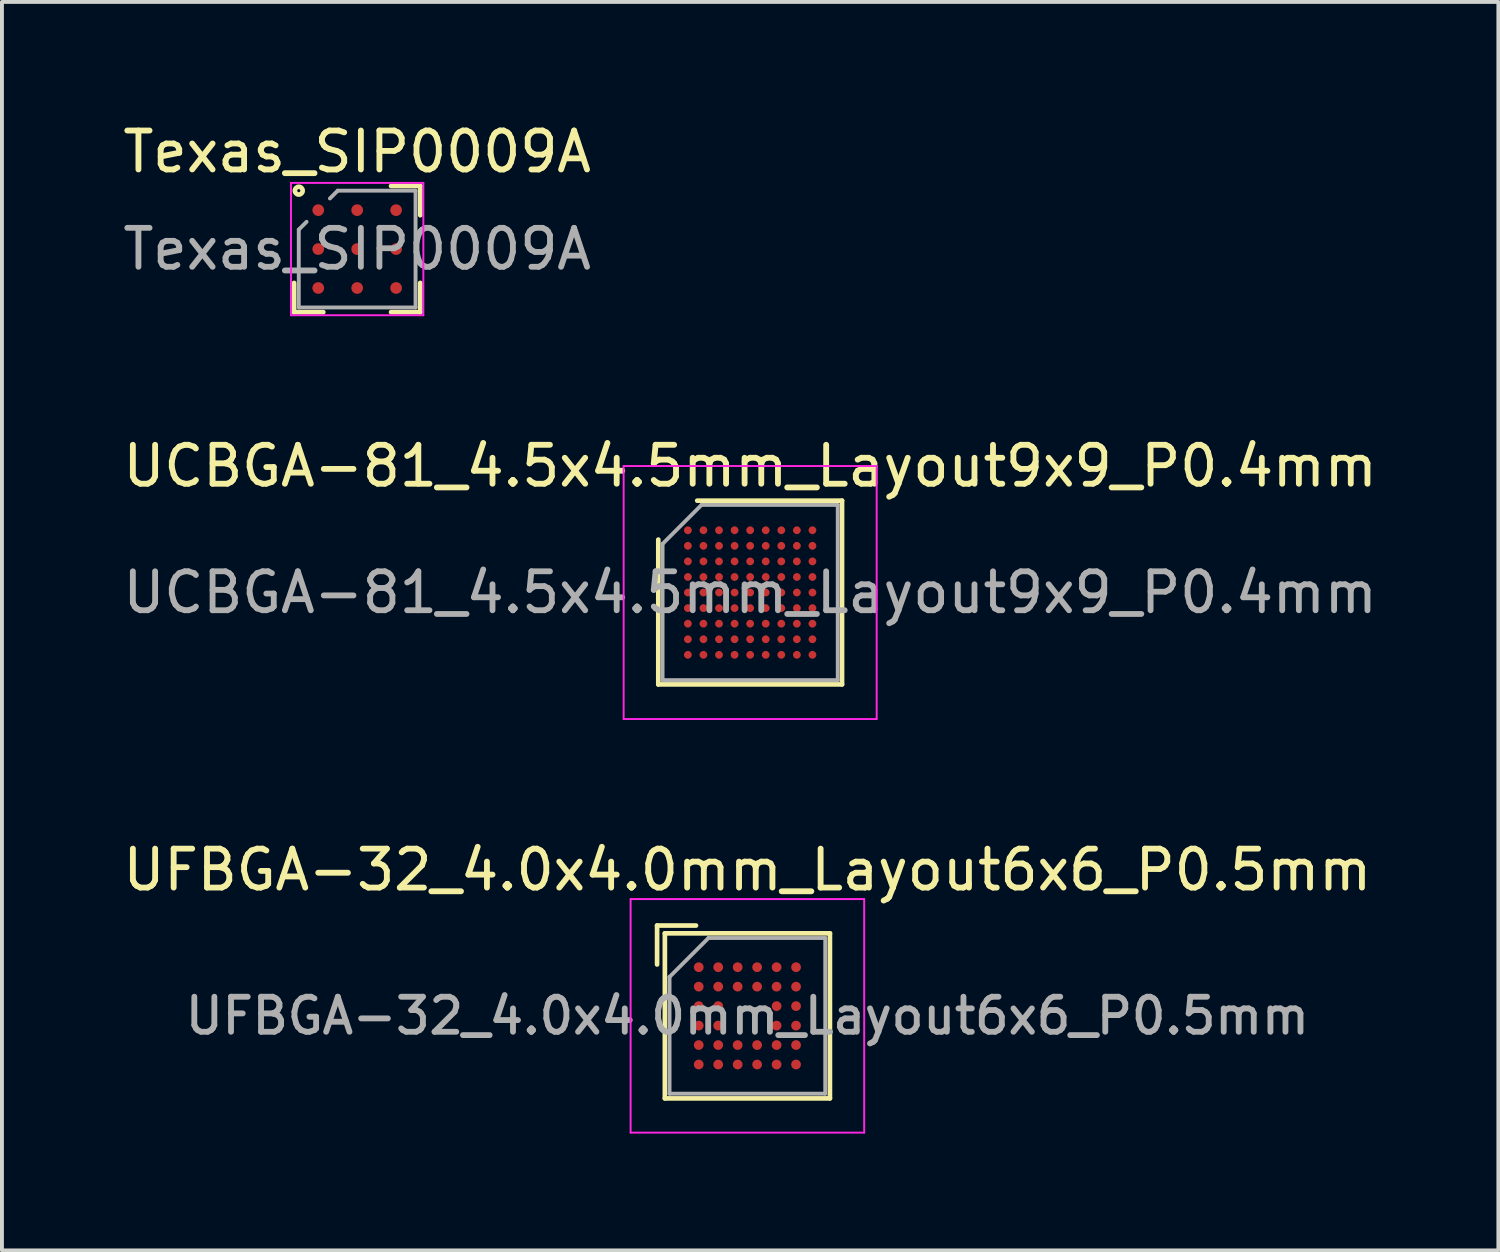
<source format=kicad_pcb>
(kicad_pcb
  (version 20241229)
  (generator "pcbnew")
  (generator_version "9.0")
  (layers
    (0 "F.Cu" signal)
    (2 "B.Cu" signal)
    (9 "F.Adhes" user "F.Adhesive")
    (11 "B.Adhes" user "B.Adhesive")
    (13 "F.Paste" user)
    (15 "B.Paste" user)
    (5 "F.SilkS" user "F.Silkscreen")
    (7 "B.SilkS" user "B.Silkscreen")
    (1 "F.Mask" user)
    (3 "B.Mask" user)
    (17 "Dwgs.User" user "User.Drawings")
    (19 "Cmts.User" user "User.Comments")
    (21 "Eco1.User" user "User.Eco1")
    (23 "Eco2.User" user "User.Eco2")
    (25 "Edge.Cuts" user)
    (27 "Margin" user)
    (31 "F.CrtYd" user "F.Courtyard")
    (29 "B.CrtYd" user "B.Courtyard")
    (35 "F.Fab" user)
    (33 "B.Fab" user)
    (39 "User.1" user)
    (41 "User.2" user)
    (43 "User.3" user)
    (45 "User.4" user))
  (footprint "UCBGA-81_4.5x4.5mm_Layout9x9_P0.4mm"
    (layer "F.Cu")
    (at 16.22 12.171)
    (property "Reference" "UCBGA-81_4.5x4.5mm_Layout9x9_P0.4mm" (at 0 -3.25 0) (layer "F.SilkS") (effects (font (size 1 1) (thickness 0.15))))
    (attr smd)
    (fp_line (start -2.36 2.36) (end -2.36 -1.36) (stroke (width 0.12) (type solid)) (layer "F.SilkS"))
    (fp_line (start -1.36 -2.36) (end 2.36 -2.36) (stroke (width 0.12) (type solid)) (layer "F.SilkS"))
    (fp_line (start 2.36 -2.36) (end 2.36 2.36) (stroke (width 0.12) (type solid)) (layer "F.SilkS"))
    (fp_line (start 2.36 2.36) (end -2.36 2.36) (stroke (width 0.12) (type solid)) (layer "F.SilkS"))
    (fp_line (start -3.25 -3.25) (end -3.25 3.25) (stroke (width 0.05) (type solid)) (layer "F.CrtYd"))
    (fp_line (start -3.25 3.25) (end 3.25 3.25) (stroke (width 0.05) (type solid)) (layer "F.CrtYd"))
    (fp_line (start 3.25 -3.25) (end -3.25 -3.25) (stroke (width 0.05) (type solid)) (layer "F.CrtYd"))
    (fp_line (start 3.25 3.25) (end 3.25 -3.25) (stroke (width 0.05) (type solid)) (layer "F.CrtYd"))
    (fp_line (start -2.25 -1.25) (end -1.25 -2.25) (stroke (width 0.1) (type solid)) (layer "F.Fab"))
    (fp_line (start -2.25 2.25) (end -2.25 -1.25) (stroke (width 0.1) (type solid)) (layer "F.Fab"))
    (fp_line (start -1.25 -2.25) (end 2.25 -2.25) (stroke (width 0.1) (type solid)) (layer "F.Fab"))
    (fp_line (start 2.25 -2.25) (end 2.25 2.25) (stroke (width 0.1) (type solid)) (layer "F.Fab"))
    (fp_line (start 2.25 2.25) (end -2.25 2.25) (stroke (width 0.1) (type solid)) (layer "F.Fab"))
    (fp_text user "${REFERENCE}" (at 0 0 0) (layer "F.Fab") (effects (font (size 1 1) (thickness 0.15))))
    (pad "A1" smd circle (at -1.6 -1.6) (size 0.2 0.2) (layers "F.Cu" "F.Mask" "F.Paste"))
    (pad "A2" smd circle (at -1.2 -1.6) (size 0.2 0.2) (layers "F.Cu" "F.Mask" "F.Paste"))
    (pad "A3" smd circle (at -0.8 -1.6) (size 0.2 0.2) (layers "F.Cu" "F.Mask" "F.Paste"))
    (pad "A4" smd circle (at -0.4 -1.6) (size 0.2 0.2) (layers "F.Cu" "F.Mask" "F.Paste"))
    (pad "A5" smd circle (at 0 -1.6) (size 0.2 0.2) (layers "F.Cu" "F.Mask" "F.Paste"))
    (pad "A6" smd circle (at 0.4 -1.6) (size 0.2 0.2) (layers "F.Cu" "F.Mask" "F.Paste"))
    (pad "A7" smd circle (at 0.8 -1.6) (size 0.2 0.2) (layers "F.Cu" "F.Mask" "F.Paste"))
    (pad "A8" smd circle (at 1.2 -1.6) (size 0.2 0.2) (layers "F.Cu" "F.Mask" "F.Paste"))
    (pad "A9" smd circle (at 1.6 -1.6) (size 0.2 0.2) (layers "F.Cu" "F.Mask" "F.Paste"))
    (pad "B1" smd circle (at -1.6 -1.2) (size 0.2 0.2) (layers "F.Cu" "F.Mask" "F.Paste"))
    (pad "B2" smd circle (at -1.2 -1.2) (size 0.2 0.2) (layers "F.Cu" "F.Mask" "F.Paste"))
    (pad "B3" smd circle (at -0.8 -1.2) (size 0.2 0.2) (layers "F.Cu" "F.Mask" "F.Paste"))
    (pad "B4" smd circle (at -0.4 -1.2) (size 0.2 0.2) (layers "F.Cu" "F.Mask" "F.Paste"))
    (pad "B5" smd circle (at 0 -1.2) (size 0.2 0.2) (layers "F.Cu" "F.Mask" "F.Paste"))
    (pad "B6" smd circle (at 0.4 -1.2) (size 0.2 0.2) (layers "F.Cu" "F.Mask" "F.Paste"))
    (pad "B7" smd circle (at 0.8 -1.2) (size 0.2 0.2) (layers "F.Cu" "F.Mask" "F.Paste"))
    (pad "B8" smd circle (at 1.2 -1.2) (size 0.2 0.2) (layers "F.Cu" "F.Mask" "F.Paste"))
    (pad "B9" smd circle (at 1.6 -1.2) (size 0.2 0.2) (layers "F.Cu" "F.Mask" "F.Paste"))
    (pad "C1" smd circle (at -1.6 -0.8) (size 0.2 0.2) (layers "F.Cu" "F.Mask" "F.Paste"))
    (pad "C2" smd circle (at -1.2 -0.8) (size 0.2 0.2) (layers "F.Cu" "F.Mask" "F.Paste"))
    (pad "C3" smd circle (at -0.8 -0.8) (size 0.2 0.2) (layers "F.Cu" "F.Mask" "F.Paste"))
    (pad "C4" smd circle (at -0.4 -0.8) (size 0.2 0.2) (layers "F.Cu" "F.Mask" "F.Paste"))
    (pad "C5" smd circle (at 0 -0.8) (size 0.2 0.2) (layers "F.Cu" "F.Mask" "F.Paste"))
    (pad "C6" smd circle (at 0.4 -0.8) (size 0.2 0.2) (layers "F.Cu" "F.Mask" "F.Paste"))
    (pad "C7" smd circle (at 0.8 -0.8) (size 0.2 0.2) (layers "F.Cu" "F.Mask" "F.Paste"))
    (pad "C8" smd circle (at 1.2 -0.8) (size 0.2 0.2) (layers "F.Cu" "F.Mask" "F.Paste"))
    (pad "C9" smd circle (at 1.6 -0.8) (size 0.2 0.2) (layers "F.Cu" "F.Mask" "F.Paste"))
    (pad "D1" smd circle (at -1.6 -0.4) (size 0.2 0.2) (layers "F.Cu" "F.Mask" "F.Paste"))
    (pad "D2" smd circle (at -1.2 -0.4) (size 0.2 0.2) (layers "F.Cu" "F.Mask" "F.Paste"))
    (pad "D3" smd circle (at -0.8 -0.4) (size 0.2 0.2) (layers "F.Cu" "F.Mask" "F.Paste"))
    (pad "D4" smd circle (at -0.4 -0.4) (size 0.2 0.2) (layers "F.Cu" "F.Mask" "F.Paste"))
    (pad "D5" smd circle (at 0 -0.4) (size 0.2 0.2) (layers "F.Cu" "F.Mask" "F.Paste"))
    (pad "D6" smd circle (at 0.4 -0.4) (size 0.2 0.2) (layers "F.Cu" "F.Mask" "F.Paste"))
    (pad "D7" smd circle (at 0.8 -0.4) (size 0.2 0.2) (layers "F.Cu" "F.Mask" "F.Paste"))
    (pad "D8" smd circle (at 1.2 -0.4) (size 0.2 0.2) (layers "F.Cu" "F.Mask" "F.Paste"))
    (pad "D9" smd circle (at 1.6 -0.4) (size 0.2 0.2) (layers "F.Cu" "F.Mask" "F.Paste"))
    (pad "E1" smd circle (at -1.6 0) (size 0.2 0.2) (layers "F.Cu" "F.Mask" "F.Paste"))
    (pad "E2" smd circle (at -1.2 0) (size 0.2 0.2) (layers "F.Cu" "F.Mask" "F.Paste"))
    (pad "E3" smd circle (at -0.8 0) (size 0.2 0.2) (layers "F.Cu" "F.Mask" "F.Paste"))
    (pad "E4" smd circle (at -0.4 0) (size 0.2 0.2) (layers "F.Cu" "F.Mask" "F.Paste"))
    (pad "E5" smd circle (at 0 0) (size 0.2 0.2) (layers "F.Cu" "F.Mask" "F.Paste"))
    (pad "E6" smd circle (at 0.4 0) (size 0.2 0.2) (layers "F.Cu" "F.Mask" "F.Paste"))
    (pad "E7" smd circle (at 0.8 0) (size 0.2 0.2) (layers "F.Cu" "F.Mask" "F.Paste"))
    (pad "E8" smd circle (at 1.2 0) (size 0.2 0.2) (layers "F.Cu" "F.Mask" "F.Paste"))
    (pad "E9" smd circle (at 1.6 0) (size 0.2 0.2) (layers "F.Cu" "F.Mask" "F.Paste"))
    (pad "F1" smd circle (at -1.6 0.4) (size 0.2 0.2) (layers "F.Cu" "F.Mask" "F.Paste"))
    (pad "F2" smd circle (at -1.2 0.4) (size 0.2 0.2) (layers "F.Cu" "F.Mask" "F.Paste"))
    (pad "F3" smd circle (at -0.8 0.4) (size 0.2 0.2) (layers "F.Cu" "F.Mask" "F.Paste"))
    (pad "F4" smd circle (at -0.4 0.4) (size 0.2 0.2) (layers "F.Cu" "F.Mask" "F.Paste"))
    (pad "F5" smd circle (at 0 0.4) (size 0.2 0.2) (layers "F.Cu" "F.Mask" "F.Paste"))
    (pad "F6" smd circle (at 0.4 0.4) (size 0.2 0.2) (layers "F.Cu" "F.Mask" "F.Paste"))
    (pad "F7" smd circle (at 0.8 0.4) (size 0.2 0.2) (layers "F.Cu" "F.Mask" "F.Paste"))
    (pad "F8" smd circle (at 1.2 0.4) (size 0.2 0.2) (layers "F.Cu" "F.Mask" "F.Paste"))
    (pad "F9" smd circle (at 1.6 0.4) (size 0.2 0.2) (layers "F.Cu" "F.Mask" "F.Paste"))
    (pad "G1" smd circle (at -1.6 0.8) (size 0.2 0.2) (layers "F.Cu" "F.Mask" "F.Paste"))
    (pad "G2" smd circle (at -1.2 0.8) (size 0.2 0.2) (layers "F.Cu" "F.Mask" "F.Paste"))
    (pad "G3" smd circle (at -0.8 0.8) (size 0.2 0.2) (layers "F.Cu" "F.Mask" "F.Paste"))
    (pad "G4" smd circle (at -0.4 0.8) (size 0.2 0.2) (layers "F.Cu" "F.Mask" "F.Paste"))
    (pad "G5" smd circle (at 0 0.8) (size 0.2 0.2) (layers "F.Cu" "F.Mask" "F.Paste"))
    (pad "G6" smd circle (at 0.4 0.8) (size 0.2 0.2) (layers "F.Cu" "F.Mask" "F.Paste"))
    (pad "G7" smd circle (at 0.8 0.8) (size 0.2 0.2) (layers "F.Cu" "F.Mask" "F.Paste"))
    (pad "G8" smd circle (at 1.2 0.8) (size 0.2 0.2) (layers "F.Cu" "F.Mask" "F.Paste"))
    (pad "G9" smd circle (at 1.6 0.8) (size 0.2 0.2) (layers "F.Cu" "F.Mask" "F.Paste"))
    (pad "H1" smd circle (at -1.6 1.2) (size 0.2 0.2) (layers "F.Cu" "F.Mask" "F.Paste"))
    (pad "H2" smd circle (at -1.2 1.2) (size 0.2 0.2) (layers "F.Cu" "F.Mask" "F.Paste"))
    (pad "H3" smd circle (at -0.8 1.2) (size 0.2 0.2) (layers "F.Cu" "F.Mask" "F.Paste"))
    (pad "H4" smd circle (at -0.4 1.2) (size 0.2 0.2) (layers "F.Cu" "F.Mask" "F.Paste"))
    (pad "H5" smd circle (at 0 1.2) (size 0.2 0.2) (layers "F.Cu" "F.Mask" "F.Paste"))
    (pad "H6" smd circle (at 0.4 1.2) (size 0.2 0.2) (layers "F.Cu" "F.Mask" "F.Paste"))
    (pad "H7" smd circle (at 0.8 1.2) (size 0.2 0.2) (layers "F.Cu" "F.Mask" "F.Paste"))
    (pad "H8" smd circle (at 1.2 1.2) (size 0.2 0.2) (layers "F.Cu" "F.Mask" "F.Paste"))
    (pad "H9" smd circle (at 1.6 1.2) (size 0.2 0.2) (layers "F.Cu" "F.Mask" "F.Paste"))
    (pad "J1" smd circle (at -1.6 1.6) (size 0.2 0.2) (layers "F.Cu" "F.Mask" "F.Paste"))
    (pad "J2" smd circle (at -1.2 1.6) (size 0.2 0.2) (layers "F.Cu" "F.Mask" "F.Paste"))
    (pad "J3" smd circle (at -0.8 1.6) (size 0.2 0.2) (layers "F.Cu" "F.Mask" "F.Paste"))
    (pad "J4" smd circle (at -0.4 1.6) (size 0.2 0.2) (layers "F.Cu" "F.Mask" "F.Paste"))
    (pad "J5" smd circle (at 0 1.6) (size 0.2 0.2) (layers "F.Cu" "F.Mask" "F.Paste"))
    (pad "J6" smd circle (at 0.4 1.6) (size 0.2 0.2) (layers "F.Cu" "F.Mask" "F.Paste"))
    (pad "J7" smd circle (at 0.8 1.6) (size 0.2 0.2) (layers "F.Cu" "F.Mask" "F.Paste"))
    (pad "J8" smd circle (at 1.2 1.6) (size 0.2 0.2) (layers "F.Cu" "F.Mask" "F.Paste"))
    (pad "J9" smd circle (at 1.6 1.6) (size 0.2 0.2) (layers "F.Cu" "F.Mask" "F.Paste")))
  (footprint "UFBGA-32_4.0x4.0mm_Layout6x6_P0.5mm"
    (layer "F.Cu")
    (at 16.149 23.045)
    (property "Reference" "UFBGA-32_4.0x4.0mm_Layout6x6_P0.5mm" (at 0 -3.75 0) (layer "F.SilkS") (effects (font (size 1 1) (thickness 0.15))))
    (attr smd)
    (fp_line (start -2.32 -2.32) (end -1.32 -2.32) (stroke (width 0.12) (type solid)) (layer "F.SilkS"))
    (fp_line (start -2.32 -1.32) (end -2.32 -2.32) (stroke (width 0.12) (type solid)) (layer "F.SilkS"))
    (fp_line (start -2.12 -2.12) (end -2.12 2.12) (stroke (width 0.12) (type solid)) (layer "F.SilkS"))
    (fp_line (start -2.12 2.12) (end 2.12 2.12) (stroke (width 0.12) (type solid)) (layer "F.SilkS"))
    (fp_line (start 2.12 -2.12) (end -2.12 -2.12) (stroke (width 0.12) (type solid)) (layer "F.SilkS"))
    (fp_line (start 2.12 2.12) (end 2.12 -2.12) (stroke (width 0.12) (type solid)) (layer "F.SilkS"))
    (fp_line (start -3 -3) (end -3 3) (stroke (width 0.05) (type solid)) (layer "F.CrtYd"))
    (fp_line (start -3 -3) (end 3 -3) (stroke (width 0.05) (type solid)) (layer "F.CrtYd"))
    (fp_line (start 3 3) (end -3 3) (stroke (width 0.05) (type solid)) (layer "F.CrtYd"))
    (fp_line (start 3 3) (end 3 -3) (stroke (width 0.05) (type solid)) (layer "F.CrtYd"))
    (fp_line (start -2 -1) (end -2 2) (stroke (width 0.1) (type solid)) (layer "F.Fab"))
    (fp_line (start -2 2) (end 2 2) (stroke (width 0.1) (type solid)) (layer "F.Fab"))
    (fp_line (start -1 -2) (end -2 -1) (stroke (width 0.1) (type solid)) (layer "F.Fab"))
    (fp_line (start 2 -2) (end -1 -2) (stroke (width 0.1) (type solid)) (layer "F.Fab"))
    (fp_line (start 2 2) (end 2 -2) (stroke (width 0.1) (type solid)) (layer "F.Fab"))
    (fp_text user "${REFERENCE}" (at 0 0 0) (layer "F.Fab") (effects (font (size 0.9 0.9) (thickness 0.15))))
    (pad "A1" smd circle (at -1.25 -1.25) (size 0.25 0.25) (layers "F.Cu" "F.Mask" "F.Paste"))
    (pad "A2" smd circle (at -0.75 -1.25) (size 0.25 0.25) (layers "F.Cu" "F.Mask" "F.Paste"))
    (pad "A3" smd circle (at -0.25 -1.25) (size 0.25 0.25) (layers "F.Cu" "F.Mask" "F.Paste"))
    (pad "A4" smd circle (at 0.25 -1.25) (size 0.25 0.25) (layers "F.Cu" "F.Mask" "F.Paste"))
    (pad "A5" smd circle (at 0.75 -1.25) (size 0.25 0.25) (layers "F.Cu" "F.Mask" "F.Paste"))
    (pad "A6" smd circle (at 1.25 -1.25) (size 0.25 0.25) (layers "F.Cu" "F.Mask" "F.Paste"))
    (pad "B1" smd circle (at -1.25 -0.75) (size 0.25 0.25) (layers "F.Cu" "F.Mask" "F.Paste"))
    (pad "B2" smd circle (at -0.75 -0.75) (size 0.25 0.25) (layers "F.Cu" "F.Mask" "F.Paste"))
    (pad "B3" smd circle (at -0.25 -0.75) (size 0.25 0.25) (layers "F.Cu" "F.Mask" "F.Paste"))
    (pad "B4" smd circle (at 0.25 -0.75) (size 0.25 0.25) (layers "F.Cu" "F.Mask" "F.Paste"))
    (pad "B5" smd circle (at 0.75 -0.75) (size 0.25 0.25) (layers "F.Cu" "F.Mask" "F.Paste"))
    (pad "B6" smd circle (at 1.25 -0.75) (size 0.25 0.25) (layers "F.Cu" "F.Mask" "F.Paste"))
    (pad "C1" smd circle (at -1.25 -0.25) (size 0.25 0.25) (layers "F.Cu" "F.Mask" "F.Paste"))
    (pad "C2" smd circle (at -0.75 -0.25) (size 0.25 0.25) (layers "F.Cu" "F.Mask" "F.Paste"))
    (pad "C5" smd circle (at 0.75 -0.25) (size 0.25 0.25) (layers "F.Cu" "F.Mask" "F.Paste"))
    (pad "C6" smd circle (at 1.25 -0.25) (size 0.25 0.25) (layers "F.Cu" "F.Mask" "F.Paste"))
    (pad "D1" smd circle (at -1.25 0.25) (size 0.25 0.25) (layers "F.Cu" "F.Mask" "F.Paste"))
    (pad "D2" smd circle (at -0.75 0.25) (size 0.25 0.25) (layers "F.Cu" "F.Mask" "F.Paste"))
    (pad "D5" smd circle (at 0.75 0.25) (size 0.25 0.25) (layers "F.Cu" "F.Mask" "F.Paste"))
    (pad "D6" smd circle (at 1.25 0.25) (size 0.25 0.25) (layers "F.Cu" "F.Mask" "F.Paste"))
    (pad "E1" smd circle (at -1.25 0.75) (size 0.25 0.25) (layers "F.Cu" "F.Mask" "F.Paste"))
    (pad "E2" smd circle (at -0.75 0.75) (size 0.25 0.25) (layers "F.Cu" "F.Mask" "F.Paste"))
    (pad "E3" smd circle (at -0.25 0.75) (size 0.25 0.25) (layers "F.Cu" "F.Mask" "F.Paste"))
    (pad "E4" smd circle (at 0.25 0.75) (size 0.25 0.25) (layers "F.Cu" "F.Mask" "F.Paste"))
    (pad "E5" smd circle (at 0.75 0.75) (size 0.25 0.25) (layers "F.Cu" "F.Mask" "F.Paste"))
    (pad "E6" smd circle (at 1.25 0.75) (size 0.25 0.25) (layers "F.Cu" "F.Mask" "F.Paste"))
    (pad "F1" smd circle (at -1.25 1.25) (size 0.25 0.25) (layers "F.Cu" "F.Mask" "F.Paste"))
    (pad "F2" smd circle (at -0.75 1.25) (size 0.25 0.25) (layers "F.Cu" "F.Mask" "F.Paste"))
    (pad "F3" smd circle (at -0.25 1.25) (size 0.25 0.25) (layers "F.Cu" "F.Mask" "F.Paste"))
    (pad "F4" smd circle (at 0.25 1.25) (size 0.25 0.25) (layers "F.Cu" "F.Mask" "F.Paste"))
    (pad "F5" smd circle (at 0.75 1.25) (size 0.25 0.25) (layers "F.Cu" "F.Mask" "F.Paste"))
    (pad "F6" smd circle (at 1.25 1.25) (size 0.25 0.25) (layers "F.Cu" "F.Mask" "F.Paste")))
  (footprint "Texas_SIP0009A"
    (layer "F.Cu")
    (at 6.125 3.348)
    (property "Reference" "Texas_SIP0009A" (at 0 -2.5 0) (layer "F.SilkS") (effects (font (size 1 1) (thickness 0.15))))
    (attr smd)
    (fp_line (start -1.62 1.62) (end -1.62 0.87) (stroke (width 0.12) (type solid)) (layer "F.SilkS"))
    (fp_line (start -0.87 1.62) (end -1.62 1.62) (stroke (width 0.12) (type solid)) (layer "F.SilkS"))
    (fp_line (start 0.87 -1.62) (end 1.62 -1.62) (stroke (width 0.12) (type solid)) (layer "F.SilkS"))
    (fp_line (start 0.87 1.62) (end 1.62 1.62) (stroke (width 0.12) (type solid)) (layer "F.SilkS"))
    (fp_line (start 1.62 -1.62) (end 1.62 -0.87) (stroke (width 0.12) (type solid)) (layer "F.SilkS"))
    (fp_line (start 1.62 1.62) (end 1.62 0.87) (stroke (width 0.12) (type solid)) (layer "F.SilkS"))
    (fp_circle (center -1.5 -1.5) (end -1.4 -1.5) (stroke (width 0.12) (type solid)) (fill no) (layer "F.SilkS"))
    (fp_line (start -1.7 -1.7) (end 1.7 -1.7) (stroke (width 0.05) (type solid)) (layer "F.CrtYd"))
    (fp_line (start -1.7 1.7) (end -1.7 -1.7) (stroke (width 0.05) (type solid)) (layer "F.CrtYd"))
    (fp_line (start 1.7 -1.7) (end 1.7 1.7) (stroke (width 0.05) (type solid)) (layer "F.CrtYd"))
    (fp_line (start 1.7 1.7) (end -1.7 1.7) (stroke (width 0.05) (type solid)) (layer "F.CrtYd"))
    (fp_line (start -1.5 -0.5) (end -1.5 1.5) (stroke (width 0.1) (type solid)) (layer "F.Fab"))
    (fp_line (start -1.5 1.5) (end 1.5 1.5) (stroke (width 0.1) (type solid)) (layer "F.Fab"))
    (fp_line (start -1.3 -0.7) (end -1.5 -0.5) (stroke (width 0.1) (type solid)) (layer "F.Fab"))
    (fp_line (start -0.5 -1.5) (end -0.7 -1.3) (stroke (width 0.1) (type solid)) (layer "F.Fab"))
    (fp_line (start 1.5 -1.5) (end -0.5 -1.5) (stroke (width 0.1) (type solid)) (layer "F.Fab"))
    (fp_line (start 1.5 1.5) (end 1.5 -1.5) (stroke (width 0.1) (type solid)) (layer "F.Fab"))
    (fp_text user "${REFERENCE}" (at 0 0 0) (layer "F.Fab") (effects (font (size 1 1) (thickness 0.15))))
    (pad "A1" smd circle (at -1 -1) (size 0.3 0.3) (layers "F.Cu" "F.Mask" "F.Paste"))
    (pad "A2" smd circle (at 0 -1) (size 0.3 0.3) (layers "F.Cu" "F.Mask" "F.Paste"))
    (pad "A3" smd circle (at 1 -1) (size 0.3 0.3) (layers "F.Cu" "F.Mask" "F.Paste"))
    (pad "B1" smd circle (at -1 0) (size 0.3 0.3) (layers "F.Cu" "F.Mask" "F.Paste"))
    (pad "B2" smd circle (at 0 0) (size 0.3 0.3) (layers "F.Cu" "F.Mask" "F.Paste"))
    (pad "B3" smd circle (at 1 0) (size 0.3 0.3) (layers "F.Cu" "F.Mask" "F.Paste"))
    (pad "C1" smd circle (at -1 1) (size 0.3 0.3) (layers "F.Cu" "F.Mask" "F.Paste"))
    (pad "C2" smd circle (at 0 1) (size 0.3 0.3) (layers "F.Cu" "F.Mask" "F.Paste"))
    (pad "C3" smd circle (at 1 1) (size 0.3 0.3) (layers "F.Cu" "F.Mask" "F.Paste")))
  (gr_rect
    (start -3 -3)
    (end 35.44 29.07)
    (stroke (width 0.1) (type default))
    (fill no)
    (layer "Edge.Cuts")))
</source>
